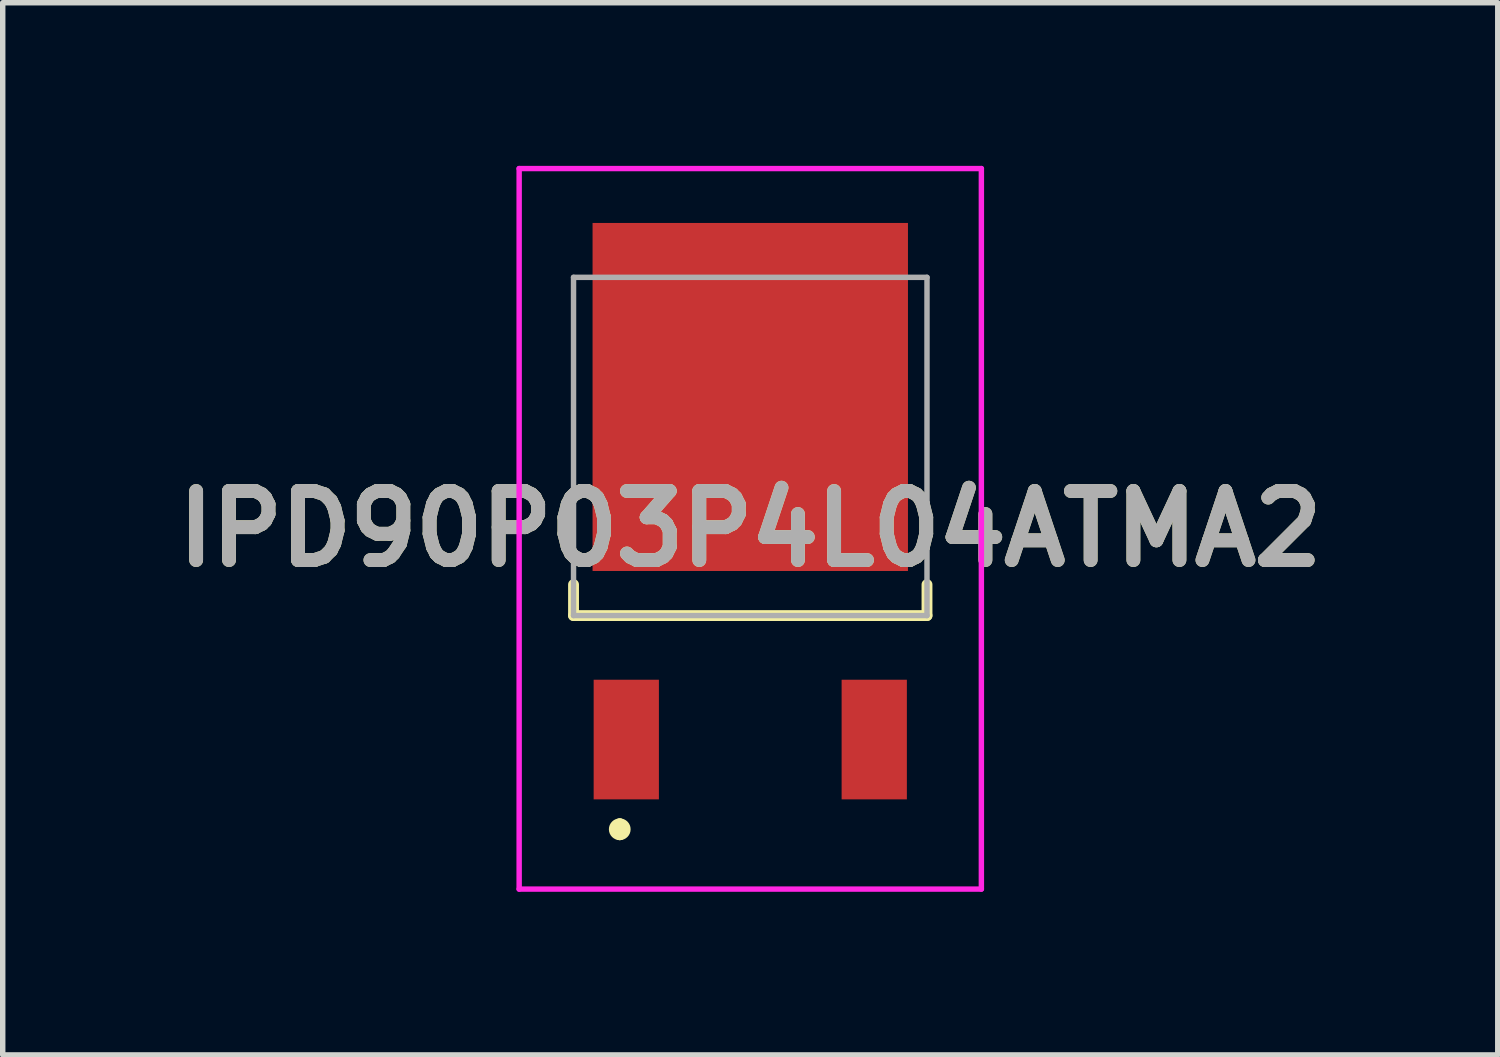
<source format=kicad_pcb>
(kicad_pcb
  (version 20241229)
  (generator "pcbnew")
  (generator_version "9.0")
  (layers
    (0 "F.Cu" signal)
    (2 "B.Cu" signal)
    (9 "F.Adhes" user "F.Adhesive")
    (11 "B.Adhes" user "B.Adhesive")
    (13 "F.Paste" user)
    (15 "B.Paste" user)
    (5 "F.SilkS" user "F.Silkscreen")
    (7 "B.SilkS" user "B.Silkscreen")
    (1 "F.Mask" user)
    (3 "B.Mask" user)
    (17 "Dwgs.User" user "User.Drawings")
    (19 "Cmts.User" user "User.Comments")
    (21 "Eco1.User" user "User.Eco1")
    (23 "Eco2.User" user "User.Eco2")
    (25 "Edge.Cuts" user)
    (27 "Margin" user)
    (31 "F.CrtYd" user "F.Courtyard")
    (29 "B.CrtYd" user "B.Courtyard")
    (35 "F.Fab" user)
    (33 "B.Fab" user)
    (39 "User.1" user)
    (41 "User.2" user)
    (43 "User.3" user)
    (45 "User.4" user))
  (footprint "IPD90P03P4L04ATMA2"
    (layer "F.Cu")
    (at 10.747 10.55)
    (property "Reference" "IPD90P03P4L04ATMA2" (at 0 -3.875 0) (layer "F.SilkS") (effects (font (size 1.27 1.27) (thickness 0.254))))
    (attr smd)
    (fp_line (start -3.25 -2.85) (end -3.25 -2.28) (stroke (width 0.2) (type solid)) (layer "F.SilkS"))
    (fp_line (start -3.25 -2.28) (end 3.25 -2.28) (stroke (width 0.2) (type solid)) (layer "F.SilkS"))
    (fp_line (start -2.4 1.55) (end -2.4 1.55) (stroke (width 0.2) (type solid)) (layer "F.SilkS"))
    (fp_line (start -2.4 1.75) (end -2.4 1.75) (stroke (width 0.2) (type solid)) (layer "F.SilkS"))
    (fp_line (start 3.25 -2.28) (end 3.25 -2.85) (stroke (width 0.2) (type solid)) (layer "F.SilkS"))
    (fp_arc (start -2.4 1.55) (mid -2.3 1.65) (end -2.4 1.75) (stroke (width 0.2) (type solid)) (layer "F.SilkS"))
    (fp_arc (start -2.4 1.75) (mid -2.5 1.65) (end -2.4 1.55) (stroke (width 0.2) (type solid)) (layer "F.SilkS"))
    (fp_line (start -4.25 -10.5) (end 4.25 -10.5) (stroke (width 0.1) (type solid)) (layer "F.CrtYd"))
    (fp_line (start -4.25 2.75) (end -4.25 -10.5) (stroke (width 0.1) (type solid)) (layer "F.CrtYd"))
    (fp_line (start 4.25 -10.5) (end 4.25 2.75) (stroke (width 0.1) (type solid)) (layer "F.CrtYd"))
    (fp_line (start 4.25 2.75) (end -4.25 2.75) (stroke (width 0.1) (type solid)) (layer "F.CrtYd"))
    (fp_line (start -3.25 -8.5) (end 3.25 -8.5) (stroke (width 0.1) (type solid)) (layer "F.Fab"))
    (fp_line (start -3.25 -2.28) (end -3.25 -8.5) (stroke (width 0.1) (type solid)) (layer "F.Fab"))
    (fp_line (start 3.25 -8.5) (end 3.25 -2.28) (stroke (width 0.1) (type solid)) (layer "F.Fab"))
    (fp_line (start 3.25 -2.28) (end -3.25 -2.28) (stroke (width 0.1) (type solid)) (layer "F.Fab"))
    (fp_text user "${REFERENCE}" (at 0 -3.875 0) (layer "F.Fab") (effects (font (size 1.27 1.27) (thickness 0.254))))
    (pad "1" smd rect (at -2.28 0) (size 1.2 2.2) (layers "F.Cu" "F.Mask" "F.Paste"))
    (pad "2" smd rect (at 0 -6.3) (size 5.8 6.4) (layers "F.Cu" "F.Mask" "F.Paste"))
    (pad "3" smd rect (at 2.28 0) (size 1.2 2.2) (layers "F.Cu" "F.Mask" "F.Paste")))
  (gr_rect
    (start -3 -3)
    (end 24.493 16.35)
    (stroke (width 0.1) (type default))
    (fill no)
    (layer "Edge.Cuts")))
</source>
